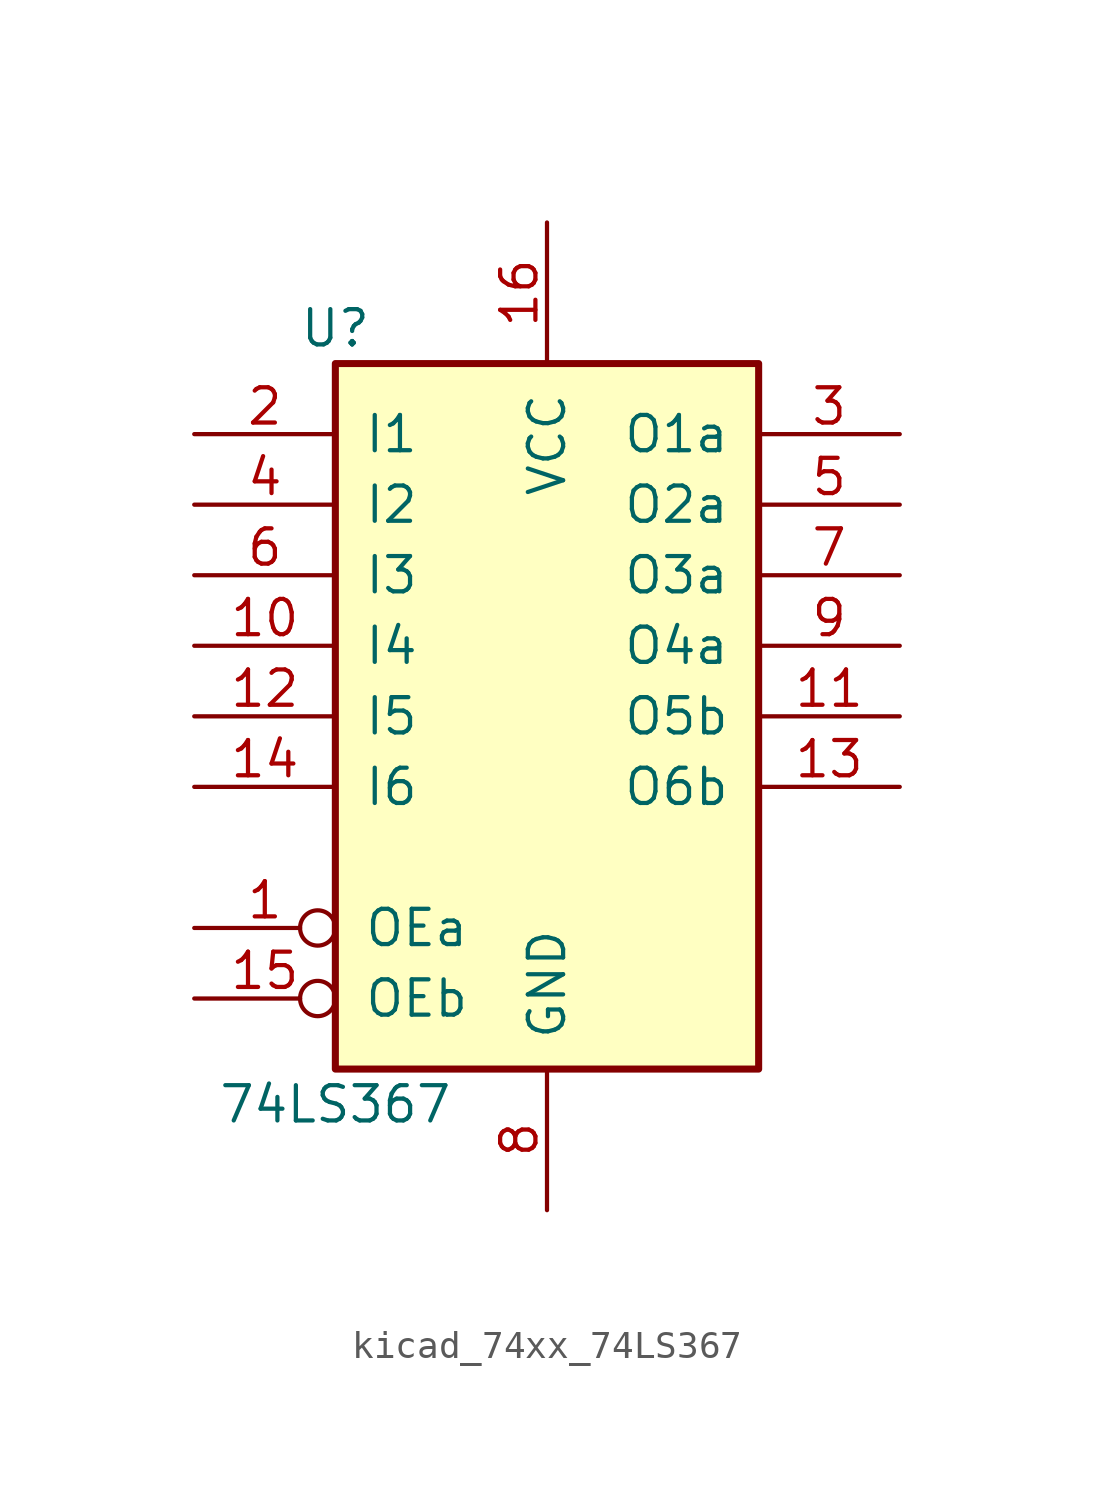
<source format=kicad_sym>
(kicad_symbol_lib
  (version 20220914)
  (generator kicad_symbol_editor)
  (symbol "kicad_74xx_74LS367"
    (pin_names
      (offset 1.016))
    (property "Reference" "U"
      (at -7.62 13.97 0)
      (effects (font (size 1.27 1.27))))
    (property "Value" "74LS367"
      (at -7.62 -13.97 0)
      (effects (font (size 1.27 1.27))))
    (property "ki_locked" ""
      (at 0 0 0)
      (effects (font (size 1.27 1.27))))
    (symbol "kicad_74xx_74LS367_1_0"
      (pin input inverted (at -12.7 -7.62 0) (length 5.08) (name "OEa" (effects (font (size 1.27 1.27)))) (number "1" (effects (font (size 1.27 1.27)))))
      (pin input line (at -12.7 2.54 0) (length 5.08) (name "I4" (effects (font (size 1.27 1.27)))) (number "10" (effects (font (size 1.27 1.27)))))
      (pin tri_state line (at 12.7 0 180) (length 5.08) (name "O5b" (effects (font (size 1.27 1.27)))) (number "11" (effects (font (size 1.27 1.27)))))
      (pin input line (at -12.7 0 0) (length 5.08) (name "I5" (effects (font (size 1.27 1.27)))) (number "12" (effects (font (size 1.27 1.27)))))
      (pin tri_state line (at 12.7 -2.54 180) (length 5.08) (name "O6b" (effects (font (size 1.27 1.27)))) (number "13" (effects (font (size 1.27 1.27)))))
      (pin input line (at -12.7 -2.54 0) (length 5.08) (name "I6" (effects (font (size 1.27 1.27)))) (number "14" (effects (font (size 1.27 1.27)))))
      (pin input inverted (at -12.7 -10.16 0) (length 5.08) (name "OEb" (effects (font (size 1.27 1.27)))) (number "15" (effects (font (size 1.27 1.27)))))
      (pin power_in line (at 0 17.78 270) (length 5.08) (name "VCC" (effects (font (size 1.27 1.27)))) (number "16" (effects (font (size 1.27 1.27)))))
      (pin input line (at -12.7 10.16 0) (length 5.08) (name "I1" (effects (font (size 1.27 1.27)))) (number "2" (effects (font (size 1.27 1.27)))))
      (pin tri_state line (at 12.7 10.16 180) (length 5.08) (name "O1a" (effects (font (size 1.27 1.27)))) (number "3" (effects (font (size 1.27 1.27)))))
      (pin input line (at -12.7 7.62 0) (length 5.08) (name "I2" (effects (font (size 1.27 1.27)))) (number "4" (effects (font (size 1.27 1.27)))))
      (pin tri_state line (at 12.7 7.62 180) (length 5.08) (name "O2a" (effects (font (size 1.27 1.27)))) (number "5" (effects (font (size 1.27 1.27)))))
      (pin input line (at -12.7 5.08 0) (length 5.08) (name "I3" (effects (font (size 1.27 1.27)))) (number "6" (effects (font (size 1.27 1.27)))))
      (pin tri_state line (at 12.7 5.08 180) (length 5.08) (name "O3a" (effects (font (size 1.27 1.27)))) (number "7" (effects (font (size 1.27 1.27)))))
      (pin power_in line (at 0 -17.78 90) (length 5.08) (name "GND" (effects (font (size 1.27 1.27)))) (number "8" (effects (font (size 1.27 1.27)))))
      (pin tri_state line (at 12.7 2.54 180) (length 5.08) (name "O4a" (effects (font (size 1.27 1.27)))) (number "9" (effects (font (size 1.27 1.27))))))
    (symbol "kicad_74xx_74LS367_1_1"
      (rectangle (start -7.62 12.7) (end 7.62 -12.7) (stroke (width 0.254) (type default)) (fill (type background))))))
</source>
